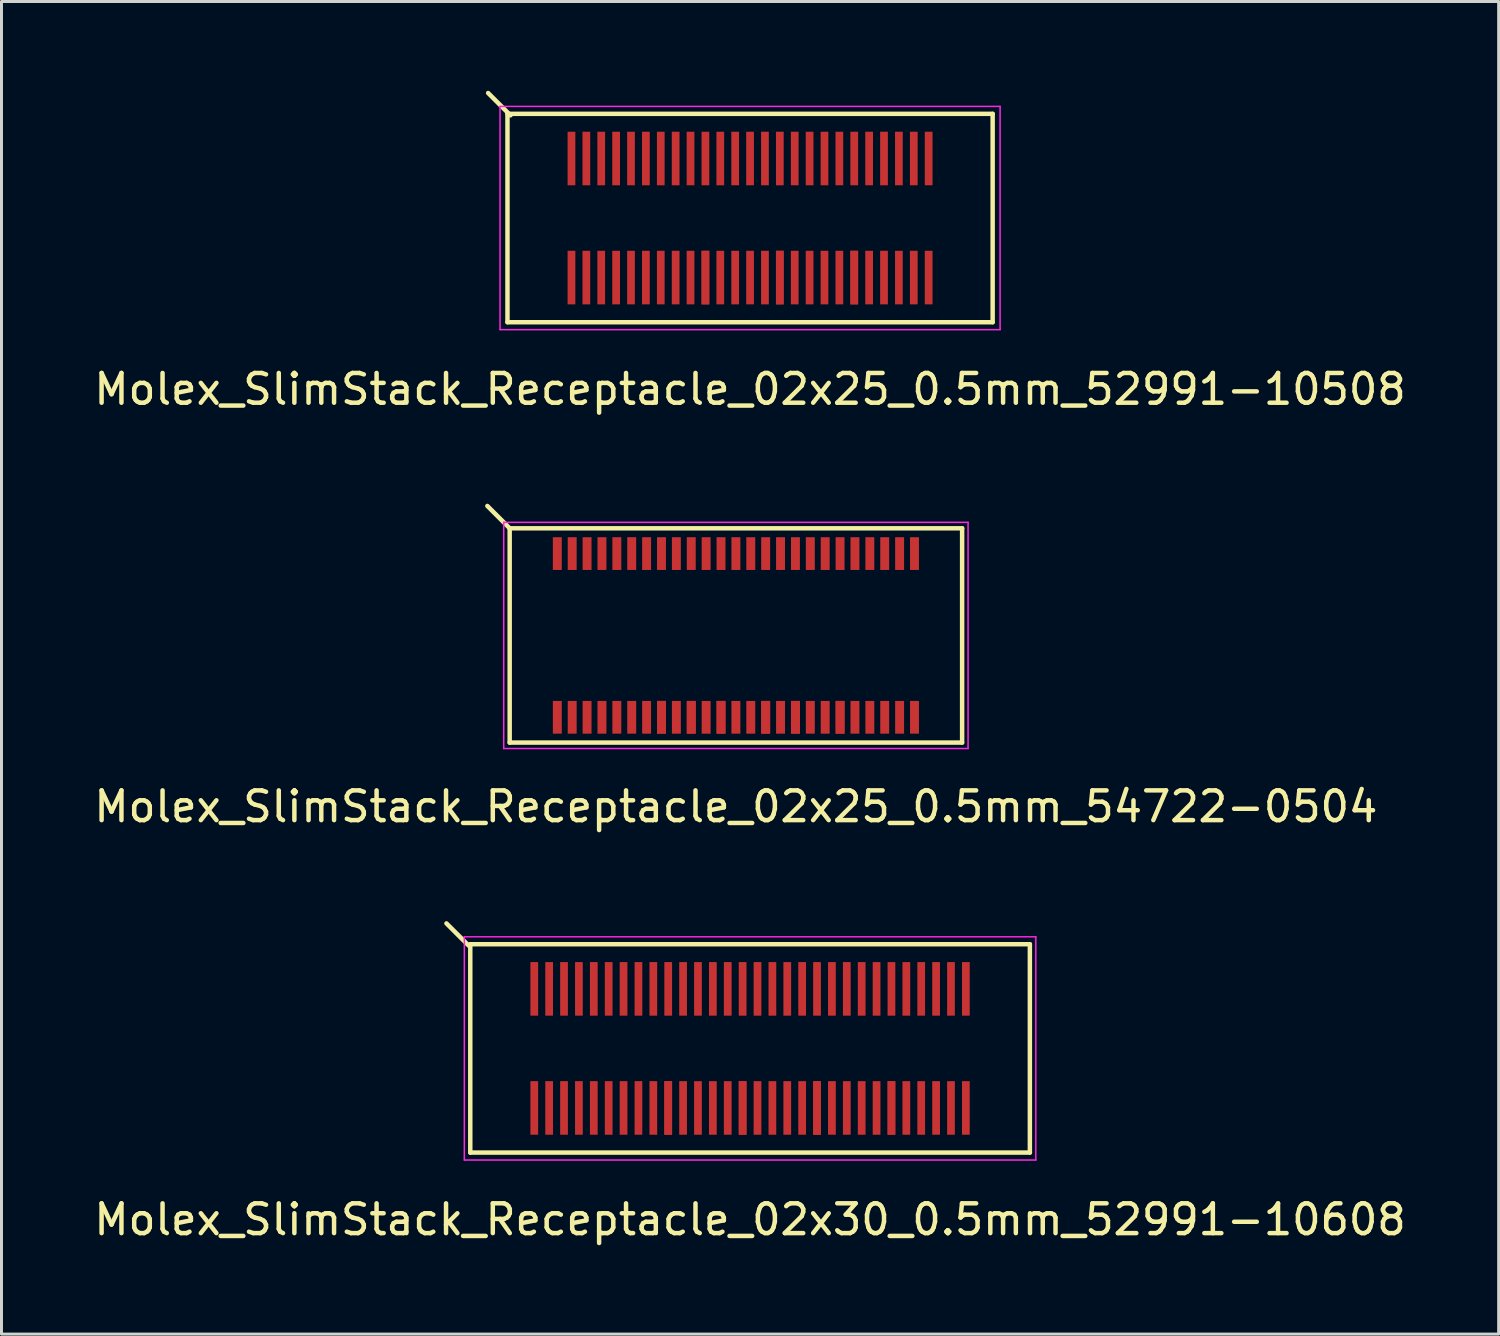
<source format=kicad_pcb>
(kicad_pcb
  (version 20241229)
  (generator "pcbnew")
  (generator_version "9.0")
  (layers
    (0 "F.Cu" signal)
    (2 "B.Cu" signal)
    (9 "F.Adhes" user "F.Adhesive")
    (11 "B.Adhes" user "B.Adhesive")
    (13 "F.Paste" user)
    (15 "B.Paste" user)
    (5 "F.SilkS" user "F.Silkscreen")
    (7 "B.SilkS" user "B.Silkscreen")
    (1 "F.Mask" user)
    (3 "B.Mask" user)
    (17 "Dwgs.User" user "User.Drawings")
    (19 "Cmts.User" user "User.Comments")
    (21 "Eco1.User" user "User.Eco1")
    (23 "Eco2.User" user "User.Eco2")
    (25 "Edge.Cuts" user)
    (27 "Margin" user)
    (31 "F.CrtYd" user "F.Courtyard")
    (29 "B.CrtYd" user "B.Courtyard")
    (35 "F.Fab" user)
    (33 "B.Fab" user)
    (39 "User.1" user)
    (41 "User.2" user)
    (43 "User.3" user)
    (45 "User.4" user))
  (footprint "Molex_SlimStack_Receptacle_02x25_0.5mm_52991-10508"
    (layer "F.Cu")
    (at 22.149 4.275)
    (property "Reference" "Molex_SlimStack_Receptacle_02x25_0.5mm_52991-10508" (at 0 5.75 0) (layer "F.SilkS") (effects (font (size 1 1) (thickness 0.15))))
    (attr smd)
    (fp_line (start -8.15 -3.5) (end -8.15 3.5) (stroke (width 0.15) (type solid)) (layer "F.SilkS"))
    (fp_line (start -8.15 3.5) (end 8.15 3.5) (stroke (width 0.15) (type solid)) (layer "F.SilkS"))
    (fp_line (start -8.05 -3.45) (end -8.8 -4.2) (stroke (width 0.15) (type solid)) (layer "F.SilkS"))
    (fp_line (start 8.15 -3.5) (end -8.15 -3.5) (stroke (width 0.15) (type solid)) (layer "F.SilkS"))
    (fp_line (start 8.15 3.5) (end 8.15 -3.5) (stroke (width 0.15) (type solid)) (layer "F.SilkS"))
    (fp_line (start -8.4 -3.75) (end -8.4 3.75) (stroke (width 0.05) (type solid)) (layer "F.CrtYd"))
    (fp_line (start -8.4 3.75) (end 8.4 3.75) (stroke (width 0.05) (type solid)) (layer "F.CrtYd"))
    (fp_line (start 8.4 -3.75) (end -8.4 -3.75) (stroke (width 0.05) (type solid)) (layer "F.CrtYd"))
    (fp_line (start 8.4 3.75) (end 8.4 -3.75) (stroke (width 0.05) (type solid)) (layer "F.CrtYd"))
    (pad "1" smd rect (at -6 -2) (size 0.26 1.8) (layers "F.Cu" "F.Mask" "F.Paste"))
    (pad "2" smd rect (at -6 2) (size 0.26 1.8) (layers "F.Cu" "F.Mask" "F.Paste"))
    (pad "3" smd rect (at -5.5 -2) (size 0.26 1.8) (layers "F.Cu" "F.Mask" "F.Paste"))
    (pad "4" smd rect (at -5.5 2) (size 0.26 1.8) (layers "F.Cu" "F.Mask" "F.Paste"))
    (pad "5" smd rect (at -5 -2) (size 0.26 1.8) (layers "F.Cu" "F.Mask" "F.Paste"))
    (pad "6" smd rect (at -5 2) (size 0.26 1.8) (layers "F.Cu" "F.Mask" "F.Paste"))
    (pad "7" smd rect (at -4.5 -2) (size 0.26 1.8) (layers "F.Cu" "F.Mask" "F.Paste"))
    (pad "8" smd rect (at -4.5 2) (size 0.26 1.8) (layers "F.Cu" "F.Mask" "F.Paste"))
    (pad "9" smd rect (at -4 -2) (size 0.26 1.8) (layers "F.Cu" "F.Mask" "F.Paste"))
    (pad "10" smd rect (at -4 2) (size 0.26 1.8) (layers "F.Cu" "F.Mask" "F.Paste"))
    (pad "11" smd rect (at -3.5 -2) (size 0.26 1.8) (layers "F.Cu" "F.Mask" "F.Paste"))
    (pad "12" smd rect (at -3.5 2) (size 0.26 1.8) (layers "F.Cu" "F.Mask" "F.Paste"))
    (pad "13" smd rect (at -3 -2) (size 0.26 1.8) (layers "F.Cu" "F.Mask" "F.Paste"))
    (pad "14" smd rect (at -3 2) (size 0.26 1.8) (layers "F.Cu" "F.Mask" "F.Paste"))
    (pad "15" smd rect (at -2.5 -2) (size 0.26 1.8) (layers "F.Cu" "F.Mask" "F.Paste"))
    (pad "16" smd rect (at -2.5 2) (size 0.26 1.8) (layers "F.Cu" "F.Mask" "F.Paste"))
    (pad "17" smd rect (at -2 -2) (size 0.26 1.8) (layers "F.Cu" "F.Mask" "F.Paste"))
    (pad "18" smd rect (at -2 2) (size 0.26 1.8) (layers "F.Cu" "F.Mask" "F.Paste"))
    (pad "19" smd rect (at -1.5 -2) (size 0.26 1.8) (layers "F.Cu" "F.Mask" "F.Paste"))
    (pad "20" smd rect (at -1.5 2) (size 0.26 1.8) (layers "F.Cu" "F.Mask" "F.Paste"))
    (pad "20" smd rect (at -1.5 2) (size 0.26 1.8) (layers "F.Cu" "F.Mask" "F.Paste"))
    (pad "21" smd rect (at -1 -2) (size 0.26 1.8) (layers "F.Cu" "F.Mask" "F.Paste"))
    (pad "22" smd rect (at -1 2) (size 0.26 1.8) (layers "F.Cu" "F.Mask" "F.Paste"))
    (pad "23" smd rect (at -0.5 -2) (size 0.26 1.8) (layers "F.Cu" "F.Mask" "F.Paste"))
    (pad "24" smd rect (at -0.5 2) (size 0.26 1.8) (layers "F.Cu" "F.Mask" "F.Paste"))
    (pad "25" smd rect (at 0 -2) (size 0.26 1.8) (layers "F.Cu" "F.Mask" "F.Paste"))
    (pad "26" smd rect (at 0 2) (size 0.26 1.8) (layers "F.Cu" "F.Mask" "F.Paste"))
    (pad "27" smd rect (at 0.5 -2) (size 0.26 1.8) (layers "F.Cu" "F.Mask" "F.Paste"))
    (pad "28" smd rect (at 0.5 2) (size 0.26 1.8) (layers "F.Cu" "F.Mask" "F.Paste"))
    (pad "29" smd rect (at 1 -2) (size 0.26 1.8) (layers "F.Cu" "F.Mask" "F.Paste"))
    (pad "30" smd rect (at 1 2) (size 0.26 1.8) (layers "F.Cu" "F.Mask" "F.Paste"))
    (pad "30" smd rect (at 1 2) (size 0.26 1.8) (layers "F.Cu" "F.Mask" "F.Paste"))
    (pad "31" smd rect (at 1.5 -2) (size 0.26 1.8) (layers "F.Cu" "F.Mask" "F.Paste"))
    (pad "32" smd rect (at 1.5 2) (size 0.26 1.8) (layers "F.Cu" "F.Mask" "F.Paste"))
    (pad "33" smd rect (at 2 -2) (size 0.26 1.8) (layers "F.Cu" "F.Mask" "F.Paste"))
    (pad "34" smd rect (at 2 2) (size 0.26 1.8) (layers "F.Cu" "F.Mask" "F.Paste"))
    (pad "35" smd rect (at 2.5 -2) (size 0.26 1.8) (layers "F.Cu" "F.Mask" "F.Paste"))
    (pad "36" smd rect (at 2.5 2) (size 0.26 1.8) (layers "F.Cu" "F.Mask" "F.Paste"))
    (pad "37" smd rect (at 3 -2) (size 0.26 1.8) (layers "F.Cu" "F.Mask" "F.Paste"))
    (pad "38" smd rect (at 3 2) (size 0.26 1.8) (layers "F.Cu" "F.Mask" "F.Paste"))
    (pad "39" smd rect (at 3.5 -2) (size 0.26 1.8) (layers "F.Cu" "F.Mask" "F.Paste"))
    (pad "40" smd rect (at 3.5 2) (size 0.26 1.8) (layers "F.Cu" "F.Mask" "F.Paste"))
    (pad "40" smd rect (at 3.5 2) (size 0.26 1.8) (layers "F.Cu" "F.Mask" "F.Paste"))
    (pad "41" smd rect (at 4 -2) (size 0.26 1.8) (layers "F.Cu" "F.Mask" "F.Paste"))
    (pad "42" smd rect (at 4 2) (size 0.26 1.8) (layers "F.Cu" "F.Mask" "F.Paste"))
    (pad "43" smd rect (at 4.5 -2) (size 0.26 1.8) (layers "F.Cu" "F.Mask" "F.Paste"))
    (pad "44" smd rect (at 4.5 2) (size 0.26 1.8) (layers "F.Cu" "F.Mask" "F.Paste"))
    (pad "45" smd rect (at 5 -2) (size 0.26 1.8) (layers "F.Cu" "F.Mask" "F.Paste"))
    (pad "46" smd rect (at 5 2) (size 0.26 1.8) (layers "F.Cu" "F.Mask" "F.Paste"))
    (pad "47" smd rect (at 5.5 -2) (size 0.26 1.8) (layers "F.Cu" "F.Mask" "F.Paste"))
    (pad "48" smd rect (at 5.5 2) (size 0.26 1.8) (layers "F.Cu" "F.Mask" "F.Paste"))
    (pad "49" smd rect (at 6 -2) (size 0.26 1.8) (layers "F.Cu" "F.Mask" "F.Paste"))
    (pad "50" smd rect (at 6 2) (size 0.26 1.8) (layers "F.Cu" "F.Mask" "F.Paste")))
  (footprint "Molex_SlimStack_Receptacle_02x25_0.5mm_54722-0504"
    (layer "F.Cu")
    (at 21.673 18.298)
    (property "Reference" "Molex_SlimStack_Receptacle_02x25_0.5mm_54722-0504" (at 0 5.75 0) (layer "F.SilkS") (effects (font (size 1 1) (thickness 0.15))))
    (attr smd)
    (fp_line (start -7.6 -3.6) (end -8.35 -4.35) (stroke (width 0.15) (type solid)) (layer "F.SilkS"))
    (fp_line (start -7.6 -3.6) (end -7.6 3.6) (stroke (width 0.15) (type solid)) (layer "F.SilkS"))
    (fp_line (start -7.6 3.6) (end 7.6 3.6) (stroke (width 0.15) (type solid)) (layer "F.SilkS"))
    (fp_line (start 7.6 -3.6) (end -7.6 -3.6) (stroke (width 0.15) (type solid)) (layer "F.SilkS"))
    (fp_line (start 7.6 3.6) (end 7.6 -3.6) (stroke (width 0.15) (type solid)) (layer "F.SilkS"))
    (fp_line (start -7.8 -3.8) (end -7.8 3.8) (stroke (width 0.05) (type solid)) (layer "F.CrtYd"))
    (fp_line (start -7.8 3.8) (end 7.8 3.8) (stroke (width 0.05) (type solid)) (layer "F.CrtYd"))
    (fp_line (start 7.8 -3.8) (end -7.8 -3.8) (stroke (width 0.05) (type solid)) (layer "F.CrtYd"))
    (fp_line (start 7.8 3.8) (end 7.8 -3.8) (stroke (width 0.05) (type solid)) (layer "F.CrtYd"))
    (pad "1" smd rect (at -6 -2.75) (size 0.3 1.1) (layers "F.Cu" "F.Mask" "F.Paste"))
    (pad "2" smd rect (at -6 2.75) (size 0.3 1.1) (layers "F.Cu" "F.Mask" "F.Paste"))
    (pad "3" smd rect (at -5.5 -2.75) (size 0.3 1.1) (layers "F.Cu" "F.Mask" "F.Paste"))
    (pad "4" smd rect (at -5.5 2.75) (size 0.3 1.1) (layers "F.Cu" "F.Mask" "F.Paste"))
    (pad "5" smd rect (at -5 -2.75) (size 0.3 1.1) (layers "F.Cu" "F.Mask" "F.Paste"))
    (pad "6" smd rect (at -5 2.75) (size 0.3 1.1) (layers "F.Cu" "F.Mask" "F.Paste"))
    (pad "7" smd rect (at -4.5 -2.75) (size 0.3 1.1) (layers "F.Cu" "F.Mask" "F.Paste"))
    (pad "8" smd rect (at -4.5 2.75) (size 0.3 1.1) (layers "F.Cu" "F.Mask" "F.Paste"))
    (pad "9" smd rect (at -4 -2.75) (size 0.3 1.1) (layers "F.Cu" "F.Mask" "F.Paste"))
    (pad "10" smd rect (at -4 2.75) (size 0.3 1.1) (layers "F.Cu" "F.Mask" "F.Paste"))
    (pad "11" smd rect (at -3.5 -2.75) (size 0.3 1.1) (layers "F.Cu" "F.Mask" "F.Paste"))
    (pad "12" smd rect (at -3.5 2.75) (size 0.3 1.1) (layers "F.Cu" "F.Mask" "F.Paste"))
    (pad "13" smd rect (at -3 -2.75) (size 0.3 1.1) (layers "F.Cu" "F.Mask" "F.Paste"))
    (pad "14" smd rect (at -3 2.75) (size 0.3 1.1) (layers "F.Cu" "F.Mask" "F.Paste"))
    (pad "15" smd rect (at -2.5 -2.75) (size 0.3 1.1) (layers "F.Cu" "F.Mask" "F.Paste"))
    (pad "16" smd rect (at -2.5 2.75) (size 0.3 1.1) (layers "F.Cu" "F.Mask" "F.Paste"))
    (pad "16" smd rect (at -2.5 2.75) (size 0.3 1.1) (layers "F.Cu" "F.Mask" "F.Paste"))
    (pad "17" smd rect (at -2 -2.75) (size 0.3 1.1) (layers "F.Cu" "F.Mask" "F.Paste"))
    (pad "18" smd rect (at -2 2.75) (size 0.3 1.1) (layers "F.Cu" "F.Mask" "F.Paste"))
    (pad "19" smd rect (at -1.5 -2.75) (size 0.3 1.1) (layers "F.Cu" "F.Mask" "F.Paste"))
    (pad "20" smd rect (at -1.5 2.75) (size 0.3 1.1) (layers "F.Cu" "F.Mask" "F.Paste"))
    (pad "20" smd rect (at -1.5 2.75) (size 0.3 1.1) (layers "F.Cu" "F.Mask" "F.Paste"))
    (pad "21" smd rect (at -1 -2.75) (size 0.3 1.1) (layers "F.Cu" "F.Mask" "F.Paste"))
    (pad "22" smd rect (at -1 2.75) (size 0.3 1.1) (layers "F.Cu" "F.Mask" "F.Paste"))
    (pad "23" smd rect (at -0.5 -2.75) (size 0.3 1.1) (layers "F.Cu" "F.Mask" "F.Paste"))
    (pad "24" smd rect (at -0.5 2.75) (size 0.3 1.1) (layers "F.Cu" "F.Mask" "F.Paste"))
    (pad "24" smd rect (at -0.5 2.75) (size 0.3 1.1) (layers "F.Cu" "F.Mask" "F.Paste"))
    (pad "25" smd rect (at 0 -2.75) (size 0.3 1.1) (layers "F.Cu" "F.Mask" "F.Paste"))
    (pad "26" smd rect (at 0 2.75) (size 0.3 1.1) (layers "F.Cu" "F.Mask" "F.Paste"))
    (pad "27" smd rect (at 0.5 -2.75) (size 0.3 1.1) (layers "F.Cu" "F.Mask" "F.Paste"))
    (pad "28" smd rect (at 0.5 2.75) (size 0.3 1.1) (layers "F.Cu" "F.Mask" "F.Paste"))
    (pad "29" smd rect (at 1 -2.75) (size 0.3 1.1) (layers "F.Cu" "F.Mask" "F.Paste"))
    (pad "30" smd rect (at 1 2.75) (size 0.3 1.1) (layers "F.Cu" "F.Mask" "F.Paste"))
    (pad "30" smd rect (at 1 2.75) (size 0.3 1.1) (layers "F.Cu" "F.Mask" "F.Paste"))
    (pad "31" smd rect (at 1.5 -2.75) (size 0.3 1.1) (layers "F.Cu" "F.Mask" "F.Paste"))
    (pad "32" smd rect (at 1.5 2.75) (size 0.3 1.1) (layers "F.Cu" "F.Mask" "F.Paste"))
    (pad "33" smd rect (at 2 -2.75) (size 0.3 1.1) (layers "F.Cu" "F.Mask" "F.Paste"))
    (pad "34" smd rect (at 2 2.75) (size 0.3 1.1) (layers "F.Cu" "F.Mask" "F.Paste"))
    (pad "34" smd rect (at 2 2.75) (size 0.3 1.1) (layers "F.Cu" "F.Mask" "F.Paste"))
    (pad "35" smd rect (at 2.5 -2.75) (size 0.3 1.1) (layers "F.Cu" "F.Mask" "F.Paste"))
    (pad "36" smd rect (at 2.5 2.75) (size 0.3 1.1) (layers "F.Cu" "F.Mask" "F.Paste"))
    (pad "37" smd rect (at 3 -2.75) (size 0.3 1.1) (layers "F.Cu" "F.Mask" "F.Paste"))
    (pad "38" smd rect (at 3 2.75) (size 0.3 1.1) (layers "F.Cu" "F.Mask" "F.Paste"))
    (pad "39" smd rect (at 3.5 -2.75) (size 0.3 1.1) (layers "F.Cu" "F.Mask" "F.Paste"))
    (pad "40" smd rect (at 3.5 2.75) (size 0.3 1.1) (layers "F.Cu" "F.Mask" "F.Paste"))
    (pad "40" smd rect (at 3.5 2.75) (size 0.3 1.1) (layers "F.Cu" "F.Mask" "F.Paste"))
    (pad "41" smd rect (at 4 -2.75) (size 0.3 1.1) (layers "F.Cu" "F.Mask" "F.Paste"))
    (pad "42" smd rect (at 4 2.75) (size 0.3 1.1) (layers "F.Cu" "F.Mask" "F.Paste"))
    (pad "43" smd rect (at 4.5 -2.75) (size 0.3 1.1) (layers "F.Cu" "F.Mask" "F.Paste"))
    (pad "44" smd rect (at 4.5 2.75) (size 0.3 1.1) (layers "F.Cu" "F.Mask" "F.Paste"))
    (pad "45" smd rect (at 5 -2.75) (size 0.3 1.1) (layers "F.Cu" "F.Mask" "F.Paste"))
    (pad "46" smd rect (at 5 2.75) (size 0.3 1.1) (layers "F.Cu" "F.Mask" "F.Paste"))
    (pad "47" smd rect (at 5.5 -2.75) (size 0.3 1.1) (layers "F.Cu" "F.Mask" "F.Paste"))
    (pad "48" smd rect (at 5.5 2.75) (size 0.3 1.1) (layers "F.Cu" "F.Mask" "F.Paste"))
    (pad "49" smd rect (at 6 -2.75) (size 0.3 1.1) (layers "F.Cu" "F.Mask" "F.Paste"))
    (pad "50" smd rect (at 6 2.75) (size 0.3 1.1) (layers "F.Cu" "F.Mask" "F.Paste")))
  (footprint "Molex_SlimStack_Receptacle_02x30_0.5mm_52991-10608"
    (layer "F.Cu")
    (at 22.149 32.172)
    (property "Reference" "Molex_SlimStack_Receptacle_02x30_0.5mm_52991-10608" (at 0 5.75 0) (layer "F.SilkS") (effects (font (size 1 1) (thickness 0.15))))
    (attr smd)
    (fp_line (start -9.45 -3.45) (end -10.2 -4.2) (stroke (width 0.15) (type solid)) (layer "F.SilkS"))
    (fp_line (start -9.4 -3.5) (end -9.4 3.5) (stroke (width 0.15) (type solid)) (layer "F.SilkS"))
    (fp_line (start -9.4 3.5) (end 9.4 3.5) (stroke (width 0.15) (type solid)) (layer "F.SilkS"))
    (fp_line (start 9.4 -3.5) (end -9.4 -3.5) (stroke (width 0.15) (type solid)) (layer "F.SilkS"))
    (fp_line (start 9.4 3.5) (end 9.4 -3.5) (stroke (width 0.15) (type solid)) (layer "F.SilkS"))
    (fp_line (start -9.6 -3.75) (end -9.6 3.75) (stroke (width 0.05) (type solid)) (layer "F.CrtYd"))
    (fp_line (start -9.6 3.75) (end 9.6 3.75) (stroke (width 0.05) (type solid)) (layer "F.CrtYd"))
    (fp_line (start 9.6 -3.75) (end -9.6 -3.75) (stroke (width 0.05) (type solid)) (layer "F.CrtYd"))
    (fp_line (start 9.6 3.75) (end 9.6 -3.75) (stroke (width 0.05) (type solid)) (layer "F.CrtYd"))
    (pad "1" smd rect (at -7.25 -2) (size 0.26 1.8) (layers "F.Cu" "F.Mask" "F.Paste"))
    (pad "2" smd rect (at -7.25 2) (size 0.26 1.8) (layers "F.Cu" "F.Mask" "F.Paste"))
    (pad "3" smd rect (at -6.75 -2) (size 0.26 1.8) (layers "F.Cu" "F.Mask" "F.Paste"))
    (pad "4" smd rect (at -6.75 2) (size 0.26 1.8) (layers "F.Cu" "F.Mask" "F.Paste"))
    (pad "5" smd rect (at -6.25 -2) (size 0.26 1.8) (layers "F.Cu" "F.Mask" "F.Paste"))
    (pad "6" smd rect (at -6.25 2) (size 0.26 1.8) (layers "F.Cu" "F.Mask" "F.Paste"))
    (pad "7" smd rect (at -5.75 -2) (size 0.26 1.8) (layers "F.Cu" "F.Mask" "F.Paste"))
    (pad "8" smd rect (at -5.75 2) (size 0.26 1.8) (layers "F.Cu" "F.Mask" "F.Paste"))
    (pad "9" smd rect (at -5.25 -2) (size 0.26 1.8) (layers "F.Cu" "F.Mask" "F.Paste"))
    (pad "10" smd rect (at -5.25 2) (size 0.26 1.8) (layers "F.Cu" "F.Mask" "F.Paste"))
    (pad "11" smd rect (at -4.75 -2) (size 0.26 1.8) (layers "F.Cu" "F.Mask" "F.Paste"))
    (pad "12" smd rect (at -4.75 2) (size 0.26 1.8) (layers "F.Cu" "F.Mask" "F.Paste"))
    (pad "13" smd rect (at -4.25 -2) (size 0.26 1.8) (layers "F.Cu" "F.Mask" "F.Paste"))
    (pad "14" smd rect (at -4.25 2) (size 0.26 1.8) (layers "F.Cu" "F.Mask" "F.Paste"))
    (pad "15" smd rect (at -3.75 -2) (size 0.26 1.8) (layers "F.Cu" "F.Mask" "F.Paste"))
    (pad "16" smd rect (at -3.75 2) (size 0.26 1.8) (layers "F.Cu" "F.Mask" "F.Paste"))
    (pad "17" smd rect (at -3.25 -2) (size 0.26 1.8) (layers "F.Cu" "F.Mask" "F.Paste"))
    (pad "18" smd rect (at -3.25 2) (size 0.26 1.8) (layers "F.Cu" "F.Mask" "F.Paste"))
    (pad "19" smd rect (at -2.75 -2) (size 0.26 1.8) (layers "F.Cu" "F.Mask" "F.Paste"))
    (pad "20" smd rect (at -2.75 2) (size 0.26 1.8) (layers "F.Cu" "F.Mask" "F.Paste"))
    (pad "20" smd rect (at -2.75 2) (size 0.26 1.8) (layers "F.Cu" "F.Mask" "F.Paste"))
    (pad "21" smd rect (at -2.25 -2) (size 0.26 1.8) (layers "F.Cu" "F.Mask" "F.Paste"))
    (pad "22" smd rect (at -2.25 2) (size 0.26 1.8) (layers "F.Cu" "F.Mask" "F.Paste"))
    (pad "23" smd rect (at -1.75 -2) (size 0.26 1.8) (layers "F.Cu" "F.Mask" "F.Paste"))
    (pad "24" smd rect (at -1.75 2) (size 0.26 1.8) (layers "F.Cu" "F.Mask" "F.Paste"))
    (pad "25" smd rect (at -1.25 -2) (size 0.26 1.8) (layers "F.Cu" "F.Mask" "F.Paste"))
    (pad "26" smd rect (at -1.25 2) (size 0.26 1.8) (layers "F.Cu" "F.Mask" "F.Paste"))
    (pad "27" smd rect (at -0.75 -2) (size 0.26 1.8) (layers "F.Cu" "F.Mask" "F.Paste"))
    (pad "28" smd rect (at -0.75 2) (size 0.26 1.8) (layers "F.Cu" "F.Mask" "F.Paste"))
    (pad "29" smd rect (at -0.25 -2) (size 0.26 1.8) (layers "F.Cu" "F.Mask" "F.Paste"))
    (pad "30" smd rect (at -0.25 2) (size 0.26 1.8) (layers "F.Cu" "F.Mask" "F.Paste"))
    (pad "30" smd rect (at -0.25 2) (size 0.26 1.8) (layers "F.Cu" "F.Mask" "F.Paste"))
    (pad "31" smd rect (at 0.25 -2) (size 0.26 1.8) (layers "F.Cu" "F.Mask" "F.Paste"))
    (pad "32" smd rect (at 0.25 2) (size 0.26 1.8) (layers "F.Cu" "F.Mask" "F.Paste"))
    (pad "33" smd rect (at 0.75 -2) (size 0.26 1.8) (layers "F.Cu" "F.Mask" "F.Paste"))
    (pad "34" smd rect (at 0.75 2) (size 0.26 1.8) (layers "F.Cu" "F.Mask" "F.Paste"))
    (pad "35" smd rect (at 1.25 -2) (size 0.26 1.8) (layers "F.Cu" "F.Mask" "F.Paste"))
    (pad "36" smd rect (at 1.25 2) (size 0.26 1.8) (layers "F.Cu" "F.Mask" "F.Paste"))
    (pad "37" smd rect (at 1.75 -2) (size 0.26 1.8) (layers "F.Cu" "F.Mask" "F.Paste"))
    (pad "38" smd rect (at 1.75 2) (size 0.26 1.8) (layers "F.Cu" "F.Mask" "F.Paste"))
    (pad "39" smd rect (at 2.25 -2) (size 0.26 1.8) (layers "F.Cu" "F.Mask" "F.Paste"))
    (pad "40" smd rect (at 2.25 2) (size 0.26 1.8) (layers "F.Cu" "F.Mask" "F.Paste"))
    (pad "40" smd rect (at 2.25 2) (size 0.26 1.8) (layers "F.Cu" "F.Mask" "F.Paste"))
    (pad "41" smd rect (at 2.75 -2) (size 0.26 1.8) (layers "F.Cu" "F.Mask" "F.Paste"))
    (pad "42" smd rect (at 2.75 2) (size 0.26 1.8) (layers "F.Cu" "F.Mask" "F.Paste"))
    (pad "43" smd rect (at 3.25 -2) (size 0.26 1.8) (layers "F.Cu" "F.Mask" "F.Paste"))
    (pad "44" smd rect (at 3.25 2) (size 0.26 1.8) (layers "F.Cu" "F.Mask" "F.Paste"))
    (pad "45" smd rect (at 3.75 -2) (size 0.26 1.8) (layers "F.Cu" "F.Mask" "F.Paste"))
    (pad "46" smd rect (at 3.75 2) (size 0.26 1.8) (layers "F.Cu" "F.Mask" "F.Paste"))
    (pad "47" smd rect (at 4.25 -2) (size 0.26 1.8) (layers "F.Cu" "F.Mask" "F.Paste"))
    (pad "48" smd rect (at 4.25 2) (size 0.26 1.8) (layers "F.Cu" "F.Mask" "F.Paste"))
    (pad "49" smd rect (at 4.75 -2) (size 0.26 1.8) (layers "F.Cu" "F.Mask" "F.Paste"))
    (pad "50" smd rect (at 4.75 2) (size 0.26 1.8) (layers "F.Cu" "F.Mask" "F.Paste"))
    (pad "50" smd rect (at 4.75 2) (size 0.26 1.8) (layers "F.Cu" "F.Mask" "F.Paste"))
    (pad "51" smd rect (at 5.25 -2) (size 0.26 1.8) (layers "F.Cu" "F.Mask" "F.Paste"))
    (pad "52" smd rect (at 5.25 2) (size 0.26 1.8) (layers "F.Cu" "F.Mask" "F.Paste"))
    (pad "53" smd rect (at 5.75 -2) (size 0.26 1.8) (layers "F.Cu" "F.Mask" "F.Paste"))
    (pad "54" smd rect (at 5.75 2) (size 0.26 1.8) (layers "F.Cu" "F.Mask" "F.Paste"))
    (pad "55" smd rect (at 6.25 -2) (size 0.26 1.8) (layers "F.Cu" "F.Mask" "F.Paste"))
    (pad "56" smd rect (at 6.25 2) (size 0.26 1.8) (layers "F.Cu" "F.Mask" "F.Paste"))
    (pad "57" smd rect (at 6.75 -2) (size 0.26 1.8) (layers "F.Cu" "F.Mask" "F.Paste"))
    (pad "58" smd rect (at 6.75 2) (size 0.26 1.8) (layers "F.Cu" "F.Mask" "F.Paste"))
    (pad "59" smd rect (at 7.25 -2) (size 0.26 1.8) (layers "F.Cu" "F.Mask" "F.Paste"))
    (pad "60" smd rect (at 7.25 2) (size 0.26 1.8) (layers "F.Cu" "F.Mask" "F.Paste")))
  (gr_rect
    (start -3 -3)
    (end 47.298 41.77)
    (stroke (width 0.1) (type default))
    (fill no)
    (layer "Edge.Cuts")))
</source>
